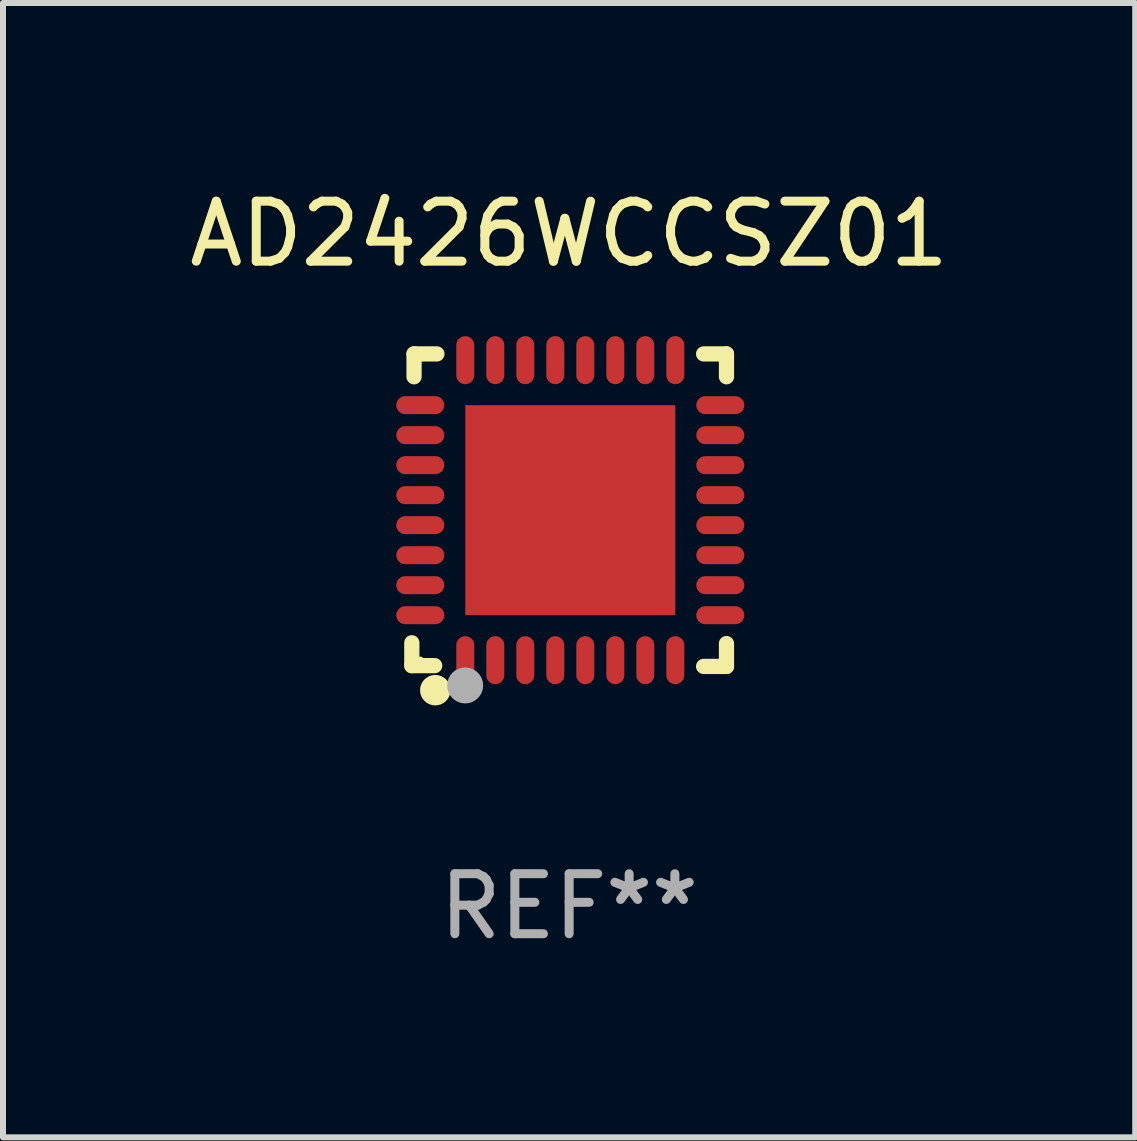
<source format=kicad_pcb>
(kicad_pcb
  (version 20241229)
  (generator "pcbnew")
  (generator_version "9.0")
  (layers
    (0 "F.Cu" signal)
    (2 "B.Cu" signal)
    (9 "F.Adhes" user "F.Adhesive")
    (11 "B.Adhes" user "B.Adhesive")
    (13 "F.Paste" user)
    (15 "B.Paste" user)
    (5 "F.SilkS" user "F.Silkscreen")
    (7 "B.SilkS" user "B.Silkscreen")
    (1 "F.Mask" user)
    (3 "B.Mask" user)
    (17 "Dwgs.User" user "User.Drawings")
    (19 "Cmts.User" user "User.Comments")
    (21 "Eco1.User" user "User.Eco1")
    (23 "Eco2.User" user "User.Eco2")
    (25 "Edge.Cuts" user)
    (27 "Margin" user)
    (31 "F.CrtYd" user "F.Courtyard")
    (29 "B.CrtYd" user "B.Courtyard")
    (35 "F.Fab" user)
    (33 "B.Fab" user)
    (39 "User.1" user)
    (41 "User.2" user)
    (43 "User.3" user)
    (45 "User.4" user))
  (footprint "AD2426WCCSZ01"
    (layer "F.Cu")
    (at 6.435 5.452)
    (property "Reference" "AD2426WCCSZ01" (at 0 -4.604 0) (layer "F.SilkS") (effects (font (size 1 1) (thickness 0.15))))
    (attr through_hole)
    (fp_line (start -2.622 2.21) (end -2.622 2.591) (stroke (width 0.254) (type solid)) (layer "F.SilkS"))
    (fp_line (start -2.622 2.591) (end -2.241 2.591) (stroke (width 0.254) (type solid)) (layer "F.SilkS"))
    (fp_line (start -2.585 -2.604) (end -2.585 -2.223) (stroke (width 0.254) (type solid)) (layer "F.SilkS"))
    (fp_line (start -2.204 -2.604) (end -2.585 -2.604) (stroke (width 0.254) (type solid)) (layer "F.SilkS"))
    (fp_line (start 2.241 2.604) (end 2.622 2.604) (stroke (width 0.254) (type solid)) (layer "F.SilkS"))
    (fp_line (start 2.622 -2.604) (end 2.241 -2.604) (stroke (width 0.254) (type solid)) (layer "F.SilkS"))
    (fp_line (start 2.622 -2.223) (end 2.622 -2.604) (stroke (width 0.254) (type solid)) (layer "F.SilkS"))
    (fp_line (start 2.622 2.604) (end 2.622 2.223) (stroke (width 0.254) (type solid)) (layer "F.SilkS"))
    (fp_circle (center -2.481 2.5) (end -2.451 2.5) (stroke (width 0.06) (type solid)) (fill no) (layer "F.SilkS"))
    (fp_circle (center -2.231 3) (end -2.104 3) (stroke (width 0.254) (type solid)) (fill no) (layer "F.SilkS"))
    (fp_circle (center -1.733 2.921) (end -1.583 2.921) (stroke (width 0.3) (type solid)) (fill no) (layer "F.Fab"))
    (fp_text user "REF**" (at 0 6.604 0) (layer "F.Fab") (effects (font (size 1 1) (thickness 0.15))))
    (pad "1" smd oval (at -1.731 2.5 90) (size 0.8 0.3) (layers "F.Cu" "F.Mask" "F.Paste"))
    (pad "2" smd oval (at -1.231 2.5 90) (size 0.8 0.3) (layers "F.Cu" "F.Mask" "F.Paste"))
    (pad "3" smd oval (at -0.731 2.5 90) (size 0.8 0.3) (layers "F.Cu" "F.Mask" "F.Paste"))
    (pad "4" smd oval (at -0.231 2.5 90) (size 0.8 0.3) (layers "F.Cu" "F.Mask" "F.Paste"))
    (pad "5" smd oval (at 0.269 2.5 90) (size 0.8 0.3) (layers "F.Cu" "F.Mask" "F.Paste"))
    (pad "6" smd oval (at 0.769 2.5 90) (size 0.8 0.3) (layers "F.Cu" "F.Mask" "F.Paste"))
    (pad "7" smd oval (at 1.269 2.5 90) (size 0.8 0.3) (layers "F.Cu" "F.Mask" "F.Paste"))
    (pad "8" smd oval (at 1.769 2.5 90) (size 0.8 0.3) (layers "F.Cu" "F.Mask" "F.Paste"))
    (pad "9" smd oval (at 2.519 1.75 180) (size 0.8 0.3) (layers "F.Cu" "F.Mask" "F.Paste"))
    (pad "10" smd oval (at 2.519 1.25 180) (size 0.8 0.3) (layers "F.Cu" "F.Mask" "F.Paste"))
    (pad "11" smd oval (at 2.519 0.75 180) (size 0.8 0.3) (layers "F.Cu" "F.Mask" "F.Paste"))
    (pad "12" smd oval (at 2.519 0.25 180) (size 0.8 0.3) (layers "F.Cu" "F.Mask" "F.Paste"))
    (pad "13" smd oval (at 2.519 -0.25 180) (size 0.8 0.3) (layers "F.Cu" "F.Mask" "F.Paste"))
    (pad "14" smd oval (at 2.519 -0.75 180) (size 0.8 0.3) (layers "F.Cu" "F.Mask" "F.Paste"))
    (pad "15" smd oval (at 2.519 -1.25 180) (size 0.8 0.3) (layers "F.Cu" "F.Mask" "F.Paste"))
    (pad "16" smd oval (at 2.519 -1.75 180) (size 0.8 0.3) (layers "F.Cu" "F.Mask" "F.Paste"))
    (pad "17" smd oval (at 1.769 -2.5 270) (size 0.8 0.3) (layers "F.Cu" "F.Mask" "F.Paste"))
    (pad "18" smd oval (at 1.269 -2.5 270) (size 0.8 0.3) (layers "F.Cu" "F.Mask" "F.Paste"))
    (pad "19" smd oval (at 0.769 -2.5 270) (size 0.8 0.3) (layers "F.Cu" "F.Mask" "F.Paste"))
    (pad "20" smd oval (at 0.269 -2.5 270) (size 0.8 0.3) (layers "F.Cu" "F.Mask" "F.Paste"))
    (pad "21" smd oval (at -0.231 -2.5 270) (size 0.8 0.3) (layers "F.Cu" "F.Mask" "F.Paste"))
    (pad "22" smd oval (at -0.731 -2.5 270) (size 0.8 0.3) (layers "F.Cu" "F.Mask" "F.Paste"))
    (pad "23" smd oval (at -1.231 -2.5 270) (size 0.8 0.3) (layers "F.Cu" "F.Mask" "F.Paste"))
    (pad "24" smd oval (at -1.731 -2.5 270) (size 0.8 0.3) (layers "F.Cu" "F.Mask" "F.Paste"))
    (pad "25" smd oval (at -2.481 -1.75) (size 0.8 0.3) (layers "F.Cu" "F.Mask" "F.Paste"))
    (pad "26" smd oval (at -2.481 -1.25) (size 0.8 0.3) (layers "F.Cu" "F.Mask" "F.Paste"))
    (pad "27" smd oval (at -2.481 -0.75) (size 0.8 0.3) (layers "F.Cu" "F.Mask" "F.Paste"))
    (pad "28" smd oval (at -2.481 -0.25) (size 0.8 0.3) (layers "F.Cu" "F.Mask" "F.Paste"))
    (pad "29" smd oval (at -2.481 0.25) (size 0.8 0.3) (layers "F.Cu" "F.Mask" "F.Paste"))
    (pad "30" smd oval (at -2.481 0.75) (size 0.8 0.3) (layers "F.Cu" "F.Mask" "F.Paste"))
    (pad "31" smd oval (at -2.481 1.25) (size 0.8 0.3) (layers "F.Cu" "F.Mask" "F.Paste"))
    (pad "32" smd oval (at -2.481 1.75) (size 0.8 0.3) (layers "F.Cu" "F.Mask" "F.Paste"))
    (pad "33" smd rect (at 0.019 -0.000025 90) (size 3.5 3.5) (layers "F.Cu" "F.Mask" "F.Paste")))
  (gr_rect
    (start -3 -3)
    (end 15.869 15.904)
    (stroke (width 0.1) (type default))
    (fill no)
    (layer "Edge.Cuts")))
</source>
